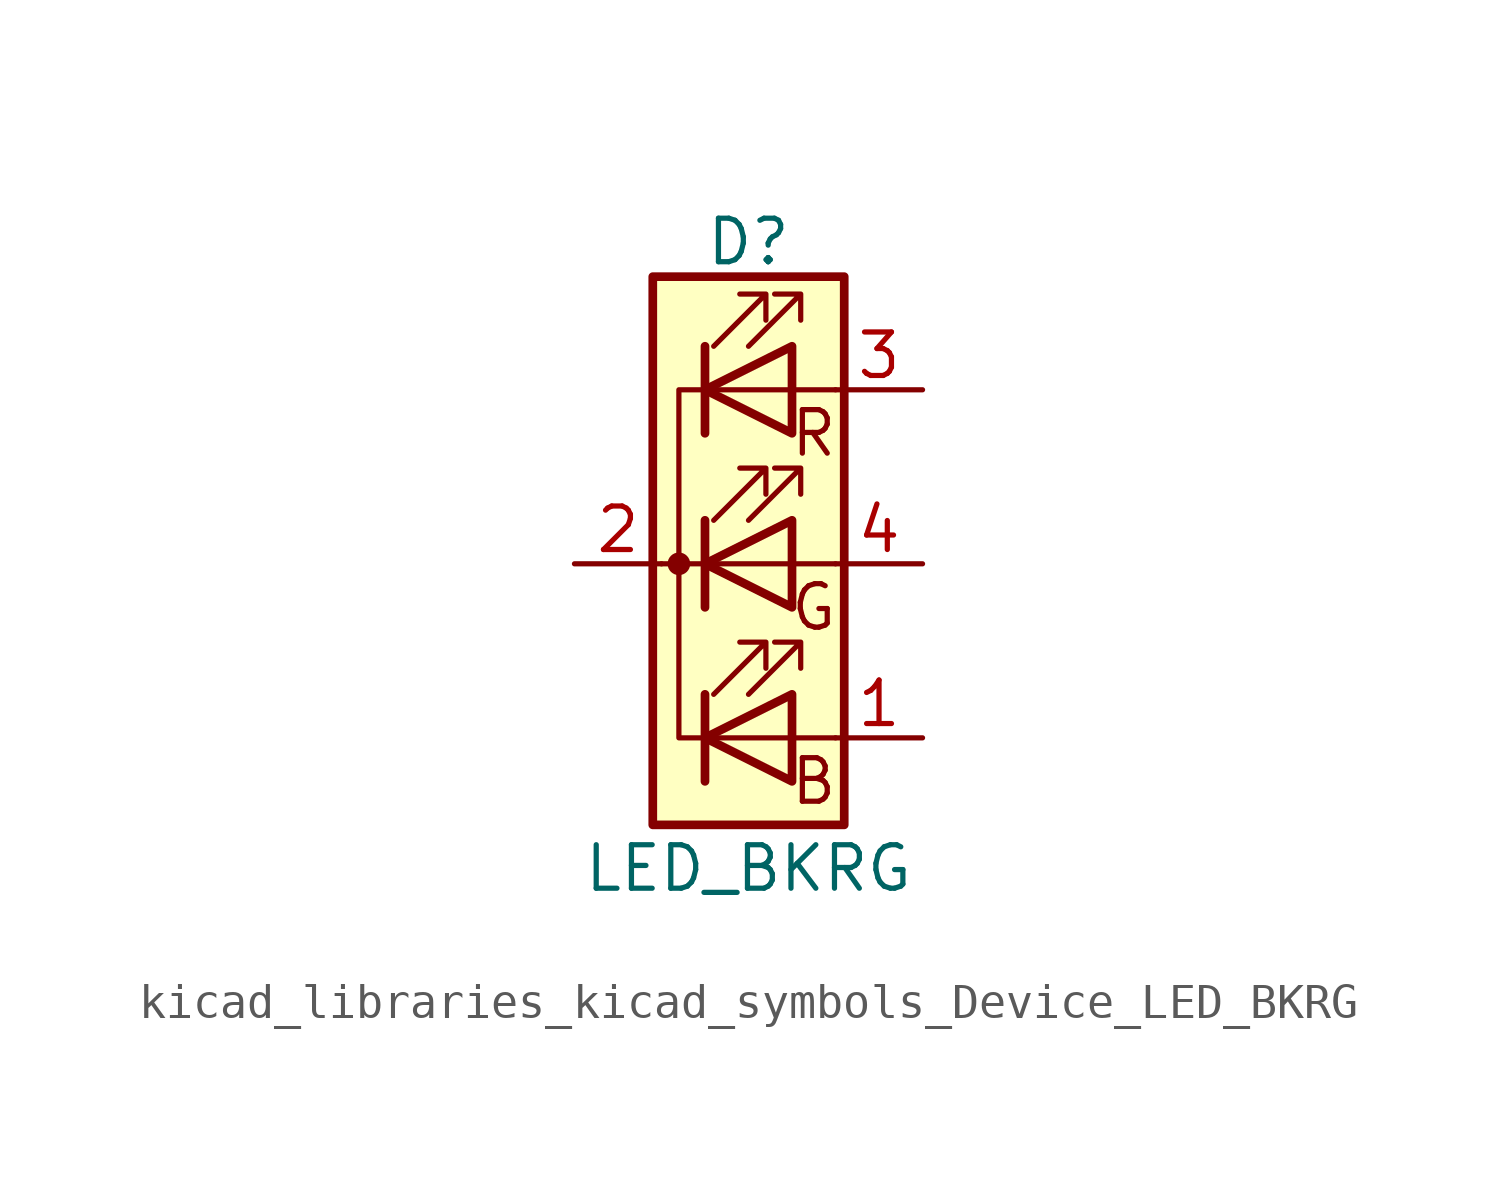
<source format=kicad_sym>
(kicad_symbol_lib
  (version 20220914)
  (generator kicad_symbol_editor)
  (symbol "kicad_libraries_kicad_symbols_Device_LED_BKRG"
    (pin_names
      (offset 0) hide)
    (property "Reference" "D"
      (at 0 9.398 0)
      (effects (font (size 1.27 1.27))))
    (property "Value" "LED_BKRG"
      (at 0 -8.89 0)
      (effects (font (size 1.27 1.27))))
    (symbol "kicad_libraries_kicad_symbols_Device_LED_BKRG_0_0"
      (text "B" (at 1.905 -6.35 0) (effects (font (size 1.27 1.27))))
      (text "G" (at 1.905 -1.27 0) (effects (font (size 1.27 1.27))))
      (text "R" (at 1.905 3.81 0) (effects (font (size 1.27 1.27)))))
    (symbol "kicad_libraries_kicad_symbols_Device_LED_BKRG_0_1"
      (circle (center -2.032 0) (radius 0.254) (stroke (width 0) (type default)) (fill (type outline)))
      (polyline (pts (xy -1.27 -5.08) (xy 1.27 -5.08)) (stroke (width 0) (type default)) (fill (type none)))
      (polyline (pts (xy -1.27 -3.81) (xy -1.27 -6.35)) (stroke (width 0.254) (type default)) (fill (type none)))
      (polyline (pts (xy -1.27 0) (xy -2.54 0)) (stroke (width 0) (type default)) (fill (type none)))
      (polyline (pts (xy -1.27 1.27) (xy -1.27 -1.27)) (stroke (width 0.254) (type default)) (fill (type none)))
      (polyline (pts (xy -1.27 5.08) (xy 1.27 5.08)) (stroke (width 0) (type default)) (fill (type none)))
      (polyline (pts (xy -1.27 6.35) (xy -1.27 3.81)) (stroke (width 0.254) (type default)) (fill (type none)))
      (polyline (pts (xy 1.27 -5.08) (xy 2.54 -5.08)) (stroke (width 0) (type default)) (fill (type none)))
      (polyline (pts (xy 1.27 0) (xy -1.27 0)) (stroke (width 0) (type default)) (fill (type none)))
      (polyline (pts (xy 1.27 0) (xy 2.54 0)) (stroke (width 0) (type default)) (fill (type none)))
      (polyline (pts (xy 1.27 5.08) (xy 2.54 5.08)) (stroke (width 0) (type default)) (fill (type none)))
      (polyline (pts (xy -1.27 1.27) (xy -1.27 -1.27) (xy -1.27 -1.27)) (stroke (width 0) (type default)) (fill (type none)))
      (polyline (pts (xy -1.27 6.35) (xy -1.27 3.81) (xy -1.27 3.81)) (stroke (width 0) (type default)) (fill (type none)))
      (polyline (pts (xy -1.27 5.08) (xy -2.032 5.08) (xy -2.032 -5.08) (xy -1.016 -5.08)) (stroke (width 0) (type default)) (fill (type none)))
      (polyline (pts (xy 1.27 -3.81) (xy 1.27 -6.35) (xy -1.27 -5.08) (xy 1.27 -3.81)) (stroke (width 0.254) (type default)) (fill (type none)))
      (polyline (pts (xy 1.27 1.27) (xy 1.27 -1.27) (xy -1.27 0) (xy 1.27 1.27)) (stroke (width 0.254) (type default)) (fill (type none)))
      (polyline (pts (xy 1.27 6.35) (xy 1.27 3.81) (xy -1.27 5.08) (xy 1.27 6.35)) (stroke (width 0.254) (type default)) (fill (type none)))
      (polyline (pts (xy -1.016 -3.81) (xy 0.508 -2.286) (xy -0.254 -2.286) (xy 0.508 -2.286) (xy 0.508 -3.048)) (stroke (width 0) (type default)) (fill (type none)))
      (polyline (pts (xy -1.016 1.27) (xy 0.508 2.794) (xy -0.254 2.794) (xy 0.508 2.794) (xy 0.508 2.032)) (stroke (width 0) (type default)) (fill (type none)))
      (polyline (pts (xy -1.016 6.35) (xy 0.508 7.874) (xy -0.254 7.874) (xy 0.508 7.874) (xy 0.508 7.112)) (stroke (width 0) (type default)) (fill (type none)))
      (polyline (pts (xy 0 -3.81) (xy 1.524 -2.286) (xy 0.762 -2.286) (xy 1.524 -2.286) (xy 1.524 -3.048)) (stroke (width 0) (type default)) (fill (type none)))
      (polyline (pts (xy 0 1.27) (xy 1.524 2.794) (xy 0.762 2.794) (xy 1.524 2.794) (xy 1.524 2.032)) (stroke (width 0) (type default)) (fill (type none)))
      (polyline (pts (xy 0 6.35) (xy 1.524 7.874) (xy 0.762 7.874) (xy 1.524 7.874) (xy 1.524 7.112)) (stroke (width 0) (type default)) (fill (type none)))
      (rectangle (start 1.27 -1.27) (end 1.27 1.27) (stroke (width 0) (type default)) (fill (type none)))
      (rectangle (start 1.27 1.27) (end 1.27 1.27) (stroke (width 0) (type default)) (fill (type none)))
      (rectangle (start 1.27 3.81) (end 1.27 6.35) (stroke (width 0) (type default)) (fill (type none)))
      (rectangle (start 1.27 6.35) (end 1.27 6.35) (stroke (width 0) (type default)) (fill (type none)))
      (rectangle (start 2.794 8.382) (end -2.794 -7.62) (stroke (width 0.254) (type default)) (fill (type background))))
    (symbol "kicad_libraries_kicad_symbols_Device_LED_BKRG_1_1"
      (pin passive line (at 5.08 -5.08 180) (length 2.54) (name "BA" (effects (font (size 1.27 1.27)))) (number "1" (effects (font (size 1.27 1.27)))))
      (pin passive line (at -5.08 0 0) (length 2.54) (name "K" (effects (font (size 1.27 1.27)))) (number "2" (effects (font (size 1.27 1.27)))))
      (pin passive line (at 5.08 5.08 180) (length 2.54) (name "RA" (effects (font (size 1.27 1.27)))) (number "3" (effects (font (size 1.27 1.27)))))
      (pin passive line (at 5.08 0 180) (length 2.54) (name "GA" (effects (font (size 1.27 1.27)))) (number "4" (effects (font (size 1.27 1.27))))))))
</source>
